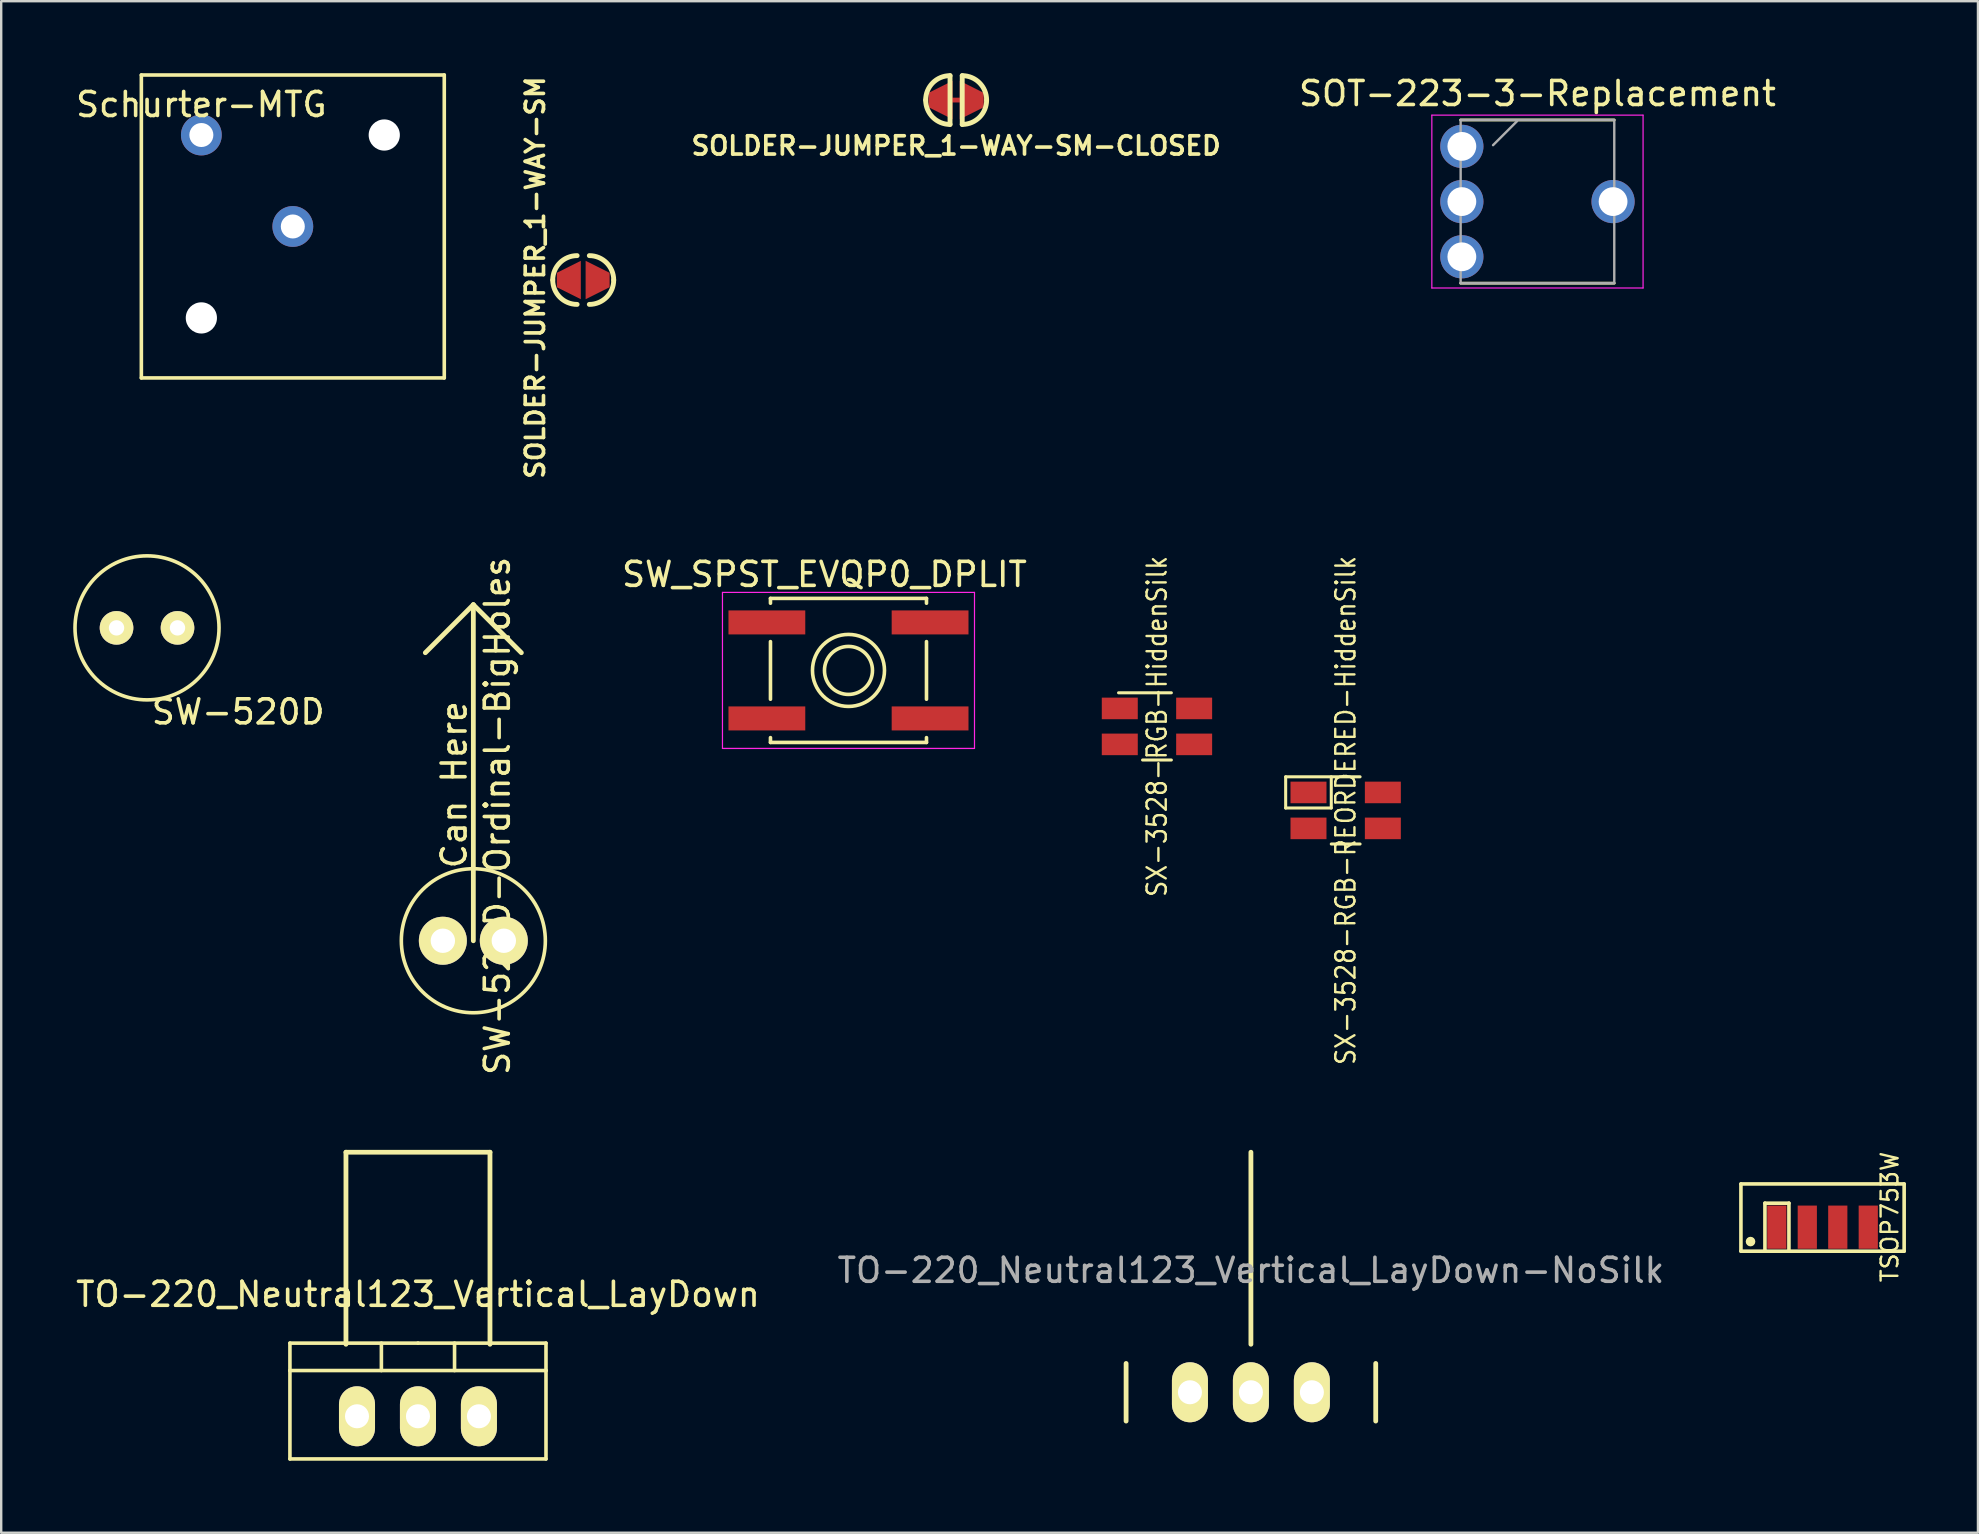
<source format=kicad_pcb>
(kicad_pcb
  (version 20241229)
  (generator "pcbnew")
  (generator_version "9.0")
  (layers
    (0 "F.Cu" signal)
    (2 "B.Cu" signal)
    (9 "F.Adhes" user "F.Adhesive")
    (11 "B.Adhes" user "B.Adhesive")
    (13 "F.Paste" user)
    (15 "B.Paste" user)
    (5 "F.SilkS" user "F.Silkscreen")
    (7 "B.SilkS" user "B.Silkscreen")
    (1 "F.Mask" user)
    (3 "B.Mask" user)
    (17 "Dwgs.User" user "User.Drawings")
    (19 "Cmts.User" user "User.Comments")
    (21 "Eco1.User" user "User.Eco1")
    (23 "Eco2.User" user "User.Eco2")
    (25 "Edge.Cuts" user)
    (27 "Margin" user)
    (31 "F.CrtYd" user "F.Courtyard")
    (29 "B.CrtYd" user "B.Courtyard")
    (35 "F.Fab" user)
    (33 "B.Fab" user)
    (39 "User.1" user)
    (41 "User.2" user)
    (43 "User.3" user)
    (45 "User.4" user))
  (footprint "Schurter-MTG"
    (layer "F.Cu")
    (at 9.149 6.385)
    (property "Reference" "Schurter-MTG" (at -3.81 -5.08 0) (layer "F.SilkS") (effects (font (size 1 1) (thickness 0.15))))
    (attr through_hole)
    (fp_line (start -6.31 -6.31) (end -6.31 6.31) (stroke (width 0.15) (type solid)) (layer "F.SilkS"))
    (fp_line (start -6.31 -6.31) (end 6.31 -6.31) (stroke (width 0.15) (type solid)) (layer "F.SilkS"))
    (fp_line (start 6.31 -6.31) (end 6.31 6.31) (stroke (width 0.15) (type solid)) (layer "F.SilkS"))
    (fp_line (start 6.31 6.31) (end -6.31 6.31) (stroke (width 0.15) (type solid)) (layer "F.SilkS"))
    (pad "" np_thru_hole circle (at -3.81 3.81) (size 1.3 1.3) (drill 1.3) (layers "*.Cu" "*.Mask"))
    (pad "" np_thru_hole circle (at 3.81 -3.81) (size 1.3 1.3) (drill 1.3) (layers "*.Cu" "*.Mask"))
    (pad "1" thru_hole circle (at 0 0) (size 1.7 1.7) (drill 1) (layers "*.Cu" "*.Mask"))
    (pad "2" thru_hole circle (at -3.81 -3.81) (size 1.7 1.7) (drill 1) (layers "*.Cu" "*.Mask")))
  (footprint "TO-220_Neutral123_Vertical_LayDown"
    (layer "F.Cu")
    (at 14.363 55.954)
    (property "Reference" "TO-220_Neutral123_Vertical_LayDown" (at 0 -5.08 0) (layer "F.SilkS") (effects (font (size 1 1) (thickness 0.15))))
    (attr through_hole)
    (fp_line (start -5.334 -1.905) (end -5.334 -3.048) (stroke (width 0.15) (type solid)) (layer "F.SilkS"))
    (fp_line (start -5.334 1.778) (end -5.334 -1.905) (stroke (width 0.15) (type solid)) (layer "F.SilkS"))
    (fp_line (start -3 -11) (end -3 -3) (stroke (width 0.2) (type solid)) (layer "F.SilkS"))
    (fp_line (start -1.524 -3.048) (end -1.524 -1.905) (stroke (width 0.15) (type solid)) (layer "F.SilkS"))
    (fp_line (start 0 -3.048) (end -5.334 -3.048) (stroke (width 0.15) (type solid)) (layer "F.SilkS"))
    (fp_line (start 0 -3.048) (end 5.334 -3.048) (stroke (width 0.15) (type solid)) (layer "F.SilkS"))
    (fp_line (start 1.524 -3.048) (end 1.524 -1.905) (stroke (width 0.15) (type solid)) (layer "F.SilkS"))
    (fp_line (start 3 -11) (end -3 -11) (stroke (width 0.2) (type solid)) (layer "F.SilkS"))
    (fp_line (start 3 -11) (end 3 -3) (stroke (width 0.2) (type solid)) (layer "F.SilkS"))
    (fp_line (start 5.334 -3.048) (end 5.334 -1.905) (stroke (width 0.15) (type solid)) (layer "F.SilkS"))
    (fp_line (start 5.334 -1.905) (end -5.334 -1.905) (stroke (width 0.15) (type solid)) (layer "F.SilkS"))
    (fp_line (start 5.334 -1.905) (end 5.334 1.778) (stroke (width 0.15) (type solid)) (layer "F.SilkS"))
    (fp_line (start 5.334 1.778) (end -5.334 1.778) (stroke (width 0.15) (type solid)) (layer "F.SilkS"))
    (pad "1" thru_hole oval (at -2.54 0 90) (size 2.499 1.501) (drill 1.001) (layers "*.Cu" "*.Mask" "F.SilkS"))
    (pad "2" thru_hole oval (at 0 0 90) (size 2.499 1.501) (drill 1.001) (layers "*.Cu" "*.Mask" "F.SilkS"))
    (pad "3" thru_hole oval (at 2.54 0 90) (size 2.499 1.501) (drill 1.001) (layers "*.Cu" "*.Mask" "F.SilkS")))
  (footprint "SW-520D-Ordinal-BigHoles"
    (layer "F.Cu")
    (at 16.67 36.143)
    (property "Reference" "SW-520D-Ordinal-BigHoles" (at 1 -5.2 270) (layer "F.SilkS") (effects (font (size 1 1) (thickness 0.15))))
    (attr through_hole)
    (fp_line (start 0 -14) (end -2 -12) (stroke (width 0.2) (type solid)) (layer "F.SilkS"))
    (fp_line (start 0 -14) (end 2 -12) (stroke (width 0.2) (type solid)) (layer "F.SilkS"))
    (fp_line (start 0 0) (end 0 -14) (stroke (width 0.2) (type solid)) (layer "F.SilkS"))
    (fp_circle (center 0 0) (end 3 0) (stroke (width 0.15) (type solid)) (fill no) (layer "F.SilkS"))
    (fp_text user "Can Here" (at -0.8 -6.5 90) (layer "F.SilkS") (effects (font (size 1 1) (thickness 0.15))))
    (pad "1" thru_hole circle (at -1.27 0) (size 2 2) (drill 1.016) (layers "*.Cu" "*.Mask" "F.SilkS"))
    (pad "2" thru_hole circle (at 1.27 0) (size 2 2) (drill 1.016) (layers "*.Cu" "*.Mask" "F.SilkS")))
  (footprint "SW-520D"
    (layer "F.Cu")
    (at 3.075 23.108)
    (property "Reference" "SW-520D" (at 3.8 3.5 180) (layer "F.SilkS") (effects (font (size 1 1) (thickness 0.15))))
    (attr through_hole)
    (fp_circle (center 0 0) (end 3 0) (stroke (width 0.15) (type solid)) (fill no) (layer "F.SilkS"))
    (pad "1" thru_hole circle (at -1.27 0) (size 1.4 1.4) (drill 0.64) (layers "*.Cu" "*.Mask" "F.SilkS"))
    (pad "2" thru_hole circle (at 1.27 0) (size 1.4 1.4) (drill 0.64) (layers "*.Cu" "*.Mask" "F.SilkS")))
  (footprint "SW_SPST_EVQP0_DPLIT"
    (layer "F.Cu")
    (at 32.299 24.881)
    (property "Reference" "SW_SPST_EVQP0_DPLIT" (at -1 -4 0) (layer "F.SilkS") (effects (font (size 1 1) (thickness 0.15))))
    (attr smd)
    (fp_line (start -3.25 -3) (end -3.25 -2.8) (stroke (width 0.15) (type solid)) (layer "F.SilkS"))
    (fp_line (start -3.25 -1.2) (end -3.25 1.2) (stroke (width 0.15) (type solid)) (layer "F.SilkS"))
    (fp_line (start -3.25 3) (end -3.25 2.8) (stroke (width 0.15) (type solid)) (layer "F.SilkS"))
    (fp_line (start -3.25 3) (end 3.25 3) (stroke (width 0.15) (type solid)) (layer "F.SilkS"))
    (fp_line (start 3.25 -3) (end -3.25 -3) (stroke (width 0.15) (type solid)) (layer "F.SilkS"))
    (fp_line (start 3.25 -3) (end 3.25 -2.8) (stroke (width 0.15) (type solid)) (layer "F.SilkS"))
    (fp_line (start 3.25 -1.2) (end 3.25 1.2) (stroke (width 0.15) (type solid)) (layer "F.SilkS"))
    (fp_line (start 3.25 3) (end 3.25 2.8) (stroke (width 0.15) (type solid)) (layer "F.SilkS"))
    (fp_circle (center 0 0) (end 1 0) (stroke (width 0.15) (type solid)) (fill no) (layer "F.SilkS"))
    (fp_circle (center 0 0) (end 1.5 0) (stroke (width 0.15) (type solid)) (fill no) (layer "F.SilkS"))
    (fp_line (start -5.25 -3.25) (end 5.25 -3.25) (stroke (width 0.05) (type solid)) (layer "F.CrtYd"))
    (fp_line (start -5.25 3.25) (end -5.25 -3.25) (stroke (width 0.05) (type solid)) (layer "F.CrtYd"))
    (fp_line (start 5.25 -3.25) (end 5.25 3.25) (stroke (width 0.05) (type solid)) (layer "F.CrtYd"))
    (fp_line (start 5.25 3.25) (end -5.25 3.25) (stroke (width 0.05) (type solid)) (layer "F.CrtYd"))
    (pad "1" smd rect (at -3.4 -2) (size 3.2 1) (layers "F.Cu" "F.Mask" "F.Paste"))
    (pad "2" smd rect (at -3.4 2) (size 3.2 1) (layers "F.Cu" "F.Mask" "F.Paste"))
    (pad "3" smd rect (at 3.4 -2) (size 3.2 1) (layers "F.Cu" "F.Mask" "F.Paste"))
    (pad "4" smd rect (at 3.4 2) (size 3.2 1) (layers "F.Cu" "F.Mask" "F.Paste")))
  (footprint "SOLDER-JUMPER_1-WAY-SM"
    (layer "F.Cu")
    (at 21.248 8.616)
    (property "Reference" "SOLDER-JUMPER_1-WAY-SM" (at -2 -0.1 270) (layer "F.SilkS") (effects (font (size 0.762 0.762) (thickness 0.152))))
    (attr through_hole)
    (fp_arc (start -1.27 0) (mid -0.97242 -0.71842) (end -0.254 -1.016) (stroke (width 0.2032) (type solid)) (layer "F.SilkS"))
    (fp_arc (start -0.254 1.016) (mid -0.97242 0.71842) (end -1.27 0) (stroke (width 0.2032) (type solid)) (layer "F.SilkS"))
    (fp_arc (start 0.254 -1.016) (mid 0.97242 -0.71842) (end 1.27 0) (stroke (width 0.2032) (type solid)) (layer "F.SilkS"))
    (fp_arc (start 1.27 0) (mid 0.97242 0.71842) (end 0.254 1.016) (stroke (width 0.2032) (type solid)) (layer "F.SilkS"))
    (pad "1" smd trapezoid (at -0.6 0) (size 1 1.1) (rect_delta -0.5 0) (layers "F.Cu" "F.Mask" "F.Paste"))
    (pad "2" smd trapezoid (at 0.6 0) (size 1 1.1) (rect_delta 0.5 0) (layers "F.Cu" "F.Mask" "F.Paste")))
  (footprint "SOLDER-JUMPER_1-WAY-SM-CLOSED"
    (layer "F.Cu")
    (at 36.784 1.118)
    (property "Reference" "SOLDER-JUMPER_1-WAY-SM-CLOSED" (at 0 1.905 0) (layer "F.SilkS") (effects (font (size 0.762 0.762) (thickness 0.152))))
    (attr through_hole)
    (fp_line (start 0.635 0) (end -0.635 0) (stroke (width 0.2) (type solid)) (layer "F.Cu"))
    (fp_line (start -0.254 -1.016) (end -0.254 1.016) (stroke (width 0.203) (type solid)) (layer "F.SilkS"))
    (fp_line (start 0.254 1.016) (end 0.254 -1.016) (stroke (width 0.203) (type solid)) (layer "F.SilkS"))
    (fp_arc (start -1.27 0) (mid -0.97242 -0.71842) (end -0.254 -1.016) (stroke (width 0.2032) (type solid)) (layer "F.SilkS"))
    (fp_arc (start -0.254 1.016) (mid -0.97242 0.71842) (end -1.27 0) (stroke (width 0.2032) (type solid)) (layer "F.SilkS"))
    (fp_arc (start 0.254 -1.016) (mid 0.97242 -0.71842) (end 1.27 0) (stroke (width 0.2032) (type solid)) (layer "F.SilkS"))
    (fp_arc (start 1.27 0) (mid 0.97242 0.71842) (end 0.254 1.016) (stroke (width 0.2032) (type solid)) (layer "F.SilkS"))
    (pad "1" smd trapezoid (at -0.65 0) (size 1 1.1) (rect_delta -0.5 0) (layers "F.Cu" "F.Mask" "F.Paste"))
    (pad "2" smd trapezoid (at 0.65 0) (size 1 1.1) (rect_delta 0.5 0) (layers "F.Cu" "F.Mask" "F.Paste")))
  (footprint "SX-3528-RGB-HiddenSilk"
    (layer "F.Cu")
    (at 45.151 27.213)
    (property "Reference" "SX-3528-RGB-HiddenSilk" (at 0 0 90) (layer "F.SilkS") (effects (font (size 0.8 0.7) (thickness 0.1))))
    (attr smd)
    (fp_line (start -1.6 -1.4) (end 0.6 -1.4) (stroke (width 0.127) (type solid)) (layer "F.SilkS"))
    (fp_line (start 0.6 1.4) (end -0.6 1.4) (stroke (width 0.127) (type solid)) (layer "F.SilkS"))
    (pad "1" smd rect (at -1.549 -0.749 90) (size 0.899 1.499) (layers "F.Cu" "F.Mask" "F.Paste"))
    (pad "2" smd rect (at -1.549 0.749 90) (size 0.899 1.499) (layers "F.Cu" "F.Mask" "F.Paste"))
    (pad "3" smd rect (at 1.549 0.749 90) (size 0.899 1.499) (layers "F.Cu" "F.Mask" "F.Paste"))
    (pad "4" smd rect (at 1.549 -0.749 90) (size 0.899 1.499) (layers "F.Cu" "F.Mask" "F.Paste")))
  (footprint "TSOP753W"
    (layer "F.Cu")
    (at 72.88 48.076)
    (property "Reference" "TSOP753W" (at 2.8 -0.425 90) (layer "F.SilkS") (effects (font (size 0.7 0.7) (thickness 0.1))))
    (attr through_hole)
    (fp_line (start -3.4 -1.8) (end 3.4 -1.8) (stroke (width 0.15) (type solid)) (layer "F.SilkS"))
    (fp_line (start -3.4 1) (end -3.4 -1.8) (stroke (width 0.15) (type solid)) (layer "F.SilkS"))
    (fp_line (start -2.4 -1) (end -2.4 1) (stroke (width 0.15) (type solid)) (layer "F.SilkS"))
    (fp_line (start -1.4 -1) (end -2.4 -1) (stroke (width 0.15) (type solid)) (layer "F.SilkS"))
    (fp_line (start -1.4 1) (end -1.4 -1) (stroke (width 0.15) (type solid)) (layer "F.SilkS"))
    (fp_line (start 3.4 -1.8) (end 3.4 1) (stroke (width 0.15) (type solid)) (layer "F.SilkS"))
    (fp_line (start 3.4 1) (end -3.4 1) (stroke (width 0.15) (type solid)) (layer "F.SilkS"))
    (fp_circle (center -3 0.6) (end -3 0.5) (stroke (width 0.2) (type solid)) (fill no) (layer "F.SilkS"))
    (pad "1" smd rect (at -1.905 0) (size 0.8 1.8) (layers "F.Cu" "F.Mask" "F.Paste"))
    (pad "2" smd rect (at -0.635 0) (size 0.8 1.8) (layers "F.Cu" "F.Mask" "F.Paste"))
    (pad "3" smd rect (at 0.635 0) (size 0.8 1.8) (layers "F.Cu" "F.Mask" "F.Paste"))
    (pad "4" smd rect (at 1.905 0) (size 0.8 1.8) (layers "F.Cu" "F.Mask" "F.Paste")))
  (footprint "SX-3528-RGB-REORDERED-HiddenSilk"
    (layer "F.Cu")
    (at 53.013 30.713)
    (property "Reference" "SX-3528-RGB-REORDERED-HiddenSilk" (at 0 0 90) (layer "F.SilkS") (effects (font (size 0.8 0.7) (thickness 0.1))))
    (attr smd)
    (fp_line (start -2.5 -1.4) (end 0.6 -1.4) (stroke (width 0.127) (type solid)) (layer "F.SilkS"))
    (fp_line (start -2.5 -0.1) (end -2.5 -1.4) (stroke (width 0.127) (type solid)) (layer "F.SilkS"))
    (fp_line (start -2.5 -0.1) (end -0.6 -0.1) (stroke (width 0.127) (type solid)) (layer "F.SilkS"))
    (fp_line (start -0.6 -0.1) (end -0.6 -1.4) (stroke (width 0.127) (type solid)) (layer "F.SilkS"))
    (fp_line (start 0.6 1.4) (end -0.6 1.4) (stroke (width 0.127) (type solid)) (layer "F.SilkS"))
    (pad "1" smd rect (at 1.549 -0.749 90) (size 0.899 1.499) (layers "F.Cu" "F.Mask" "F.Paste"))
    (pad "2" smd rect (at -1.549 0.749 90) (size 0.899 1.499) (layers "F.Cu" "F.Mask" "F.Paste"))
    (pad "3" smd rect (at 1.549 0.749 90) (size 0.899 1.499) (layers "F.Cu" "F.Mask" "F.Paste"))
    (pad "4" smd rect (at -1.549 -0.749 90) (size 0.899 1.499) (layers "F.Cu" "F.Mask" "F.Paste")))
  (footprint "SOT-223-3-Replacement"
    (layer "F.Cu")
    (at 61.003 5.348)
    (property "Reference" "SOT-223-3-Replacement" (at 0 -4.5 0) (layer "F.SilkS") (effects (font (size 1 1) (thickness 0.15))))
    (attr smd)
    (fp_line (start -3.2 -3.4) (end 3.2 -3.4) (stroke (width 0.12) (type solid)) (layer "F.SilkS"))
    (fp_line (start -3.2 3.4) (end 3.2 3.4) (stroke (width 0.12) (type solid)) (layer "F.SilkS"))
    (fp_line (start -4.4 -3.6) (end -4.4 3.6) (stroke (width 0.05) (type solid)) (layer "F.CrtYd"))
    (fp_line (start -4.4 3.6) (end 4.4 3.6) (stroke (width 0.05) (type solid)) (layer "F.CrtYd"))
    (fp_line (start 4.4 -3.6) (end -4.4 -3.6) (stroke (width 0.05) (type solid)) (layer "F.CrtYd"))
    (fp_line (start 4.4 3.6) (end 4.4 -3.6) (stroke (width 0.05) (type solid)) (layer "F.CrtYd"))
    (fp_line (start -3.2 -3.4) (end -3.2 3.4) (stroke (width 0.1) (type solid)) (layer "F.Fab"))
    (fp_line (start -3.2 -3.4) (end 3.2 -3.4) (stroke (width 0.1) (type solid)) (layer "F.Fab"))
    (fp_line (start -3.2 3.4) (end 3.2 3.4) (stroke (width 0.1) (type solid)) (layer "F.Fab"))
    (fp_line (start -1.85 -2.35) (end -0.85 -3.35) (stroke (width 0.1) (type solid)) (layer "F.Fab"))
    (fp_line (start 3.2 -3.35) (end 3.2 3.35) (stroke (width 0.1) (type solid)) (layer "F.Fab"))
    (pad "1" thru_hole circle (at -3.15 -2.3) (size 1.8 1.8) (drill 1.2) (layers "*.Cu" "*.Mask"))
    (pad "2" thru_hole circle (at -3.15 0) (size 1.8 1.8) (drill 1.2) (layers "*.Cu" "*.Mask"))
    (pad "2" thru_hole circle (at 3.15 0) (size 1.8 1.8) (drill 1.2) (layers "*.Cu" "*.Mask"))
    (pad "3" thru_hole circle (at -3.15 2.3) (size 1.8 1.8) (drill 1.2) (layers "*.Cu" "*.Mask")))
  (footprint "TO-220_Neutral123_Vertical_LayDown-NoSilk"
    (layer "F.Cu")
    (at 49.065 54.954)
    (property "Reference" "TO-220_Neutral123_Vertical_LayDown-NoSilk" (at 0 -5.08 0) (layer "F.Fab") (effects (font (size 1 1) (thickness 0.15))))
    (attr through_hole)
    (fp_line (start -5.2 -1.2) (end -5.2 1.2) (stroke (width 0.2) (type solid)) (layer "F.SilkS"))
    (fp_line (start 0 -2) (end 0 -10) (stroke (width 0.2) (type solid)) (layer "F.SilkS"))
    (fp_line (start 5.2 -1.2) (end 5.2 1.2) (stroke (width 0.2) (type solid)) (layer "F.SilkS"))
    (pad "1" thru_hole oval (at -2.54 0 90) (size 2.5 1.5) (drill 1.001) (layers "*.Cu" "*.Mask" "F.SilkS"))
    (pad "2" thru_hole oval (at 0 0 90) (size 2.5 1.5) (drill 1.001) (layers "*.Cu" "*.Mask" "F.SilkS"))
    (pad "3" thru_hole oval (at 2.54 0 90) (size 2.5 1.5) (drill 1.001) (layers "*.Cu" "*.Mask" "F.SilkS")))
  (gr_rect
    (start -3 -3)
    (end 79.355 60.807)
    (stroke (width 0.1) (type default))
    (fill no)
    (layer "Edge.Cuts")))
</source>
